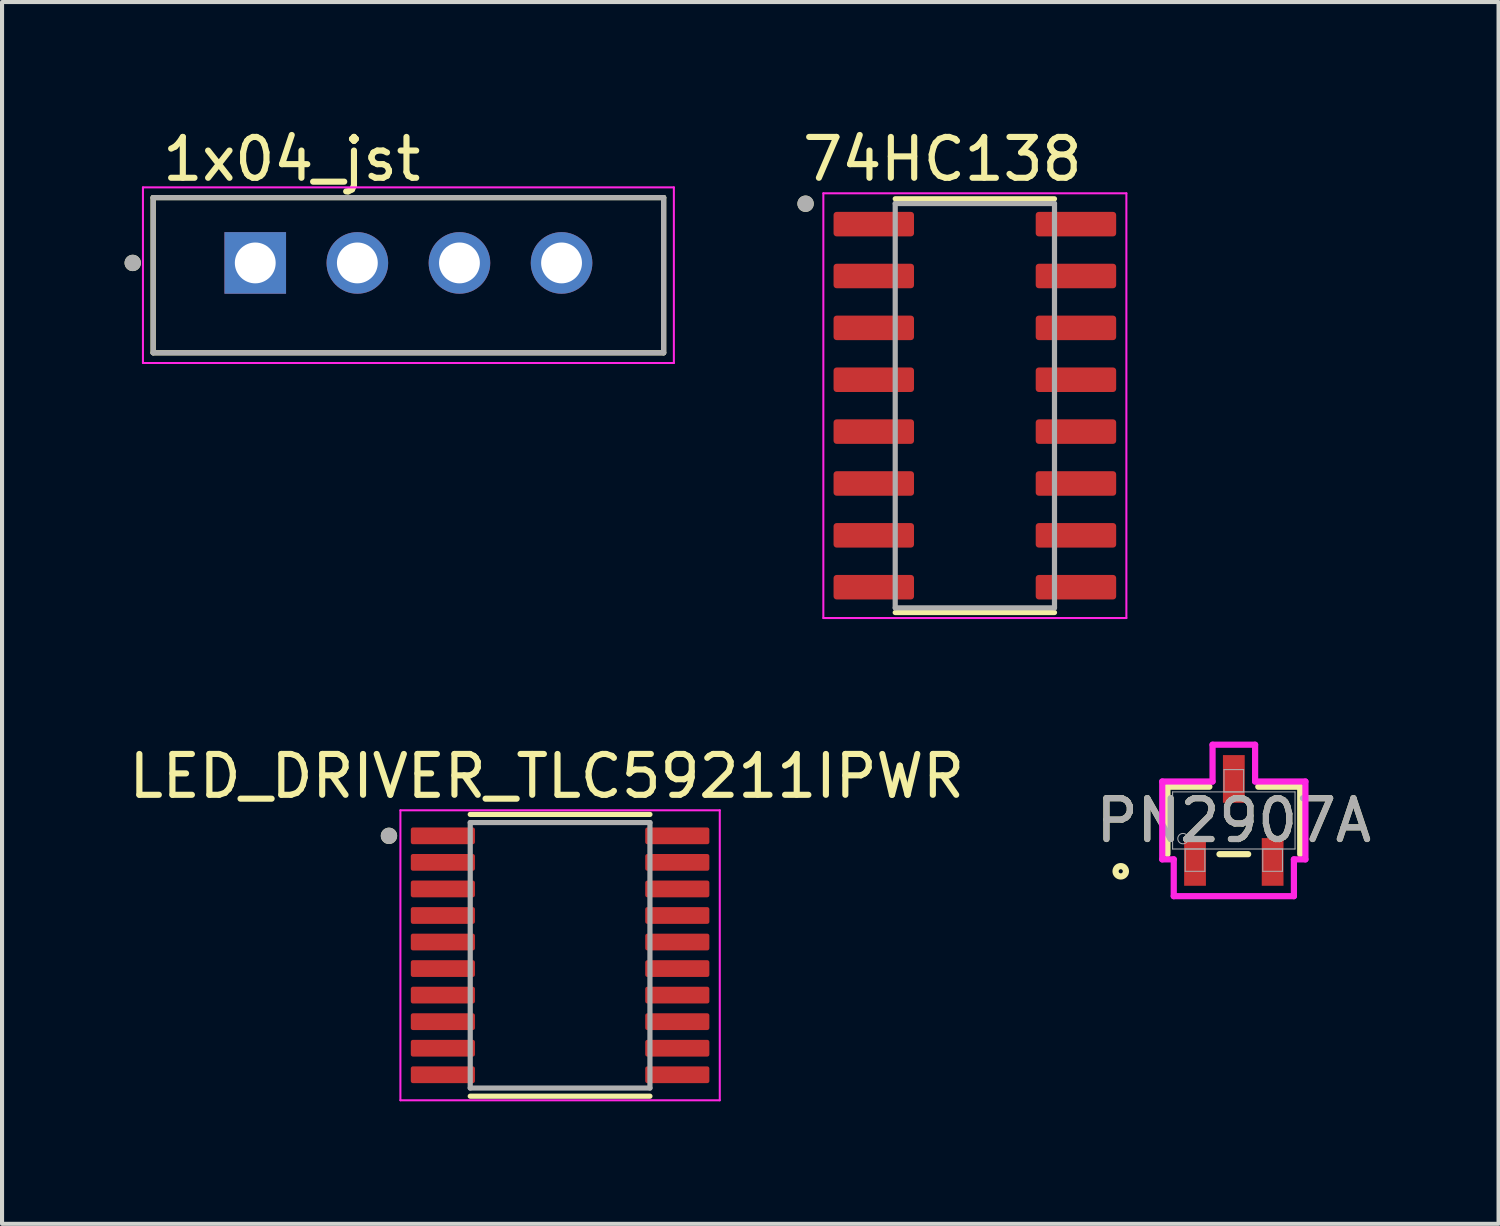
<source format=kicad_pcb>
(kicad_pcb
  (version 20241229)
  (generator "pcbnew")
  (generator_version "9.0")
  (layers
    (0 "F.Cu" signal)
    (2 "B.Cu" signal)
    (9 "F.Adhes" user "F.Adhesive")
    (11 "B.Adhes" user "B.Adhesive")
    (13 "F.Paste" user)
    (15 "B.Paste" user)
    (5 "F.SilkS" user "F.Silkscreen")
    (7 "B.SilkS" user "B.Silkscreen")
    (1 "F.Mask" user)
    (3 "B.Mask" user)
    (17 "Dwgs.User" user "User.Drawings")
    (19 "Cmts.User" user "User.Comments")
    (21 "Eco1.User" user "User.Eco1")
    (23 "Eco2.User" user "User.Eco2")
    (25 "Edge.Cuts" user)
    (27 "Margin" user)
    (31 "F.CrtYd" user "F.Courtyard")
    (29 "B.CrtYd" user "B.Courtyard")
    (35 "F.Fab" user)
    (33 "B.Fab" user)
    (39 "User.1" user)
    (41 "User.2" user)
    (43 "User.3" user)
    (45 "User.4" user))
  (footprint "1x04_jst"
    (layer "F.Cu")
    (at 6.95 3.388)
    (property "Reference" "1x04_jst" (at -2.857 -2.54 0) (layer "F.SilkS") (effects (font (size 1 1) (thickness 0.15))))
    (attr through_hole)
    (fp_line (start -6.25 -1.6) (end 6.25 -1.6) (stroke (width 0.127) (type solid)) (layer "F.SilkS"))
    (fp_line (start -6.25 2.2) (end -6.25 -1.6) (stroke (width 0.127) (type solid)) (layer "F.SilkS"))
    (fp_line (start 6.25 -1.6) (end 6.25 2.2) (stroke (width 0.127) (type solid)) (layer "F.SilkS"))
    (fp_line (start 6.25 2.2) (end -6.25 2.2) (stroke (width 0.127) (type solid)) (layer "F.SilkS"))
    (fp_circle (center -6.75 0) (end -6.65 0) (stroke (width 0.2) (type solid)) (fill no) (layer "F.SilkS"))
    (fp_line (start -6.5 -1.85) (end 6.5 -1.85) (stroke (width 0.05) (type solid)) (layer "F.CrtYd"))
    (fp_line (start -6.5 2.45) (end -6.5 -1.85) (stroke (width 0.05) (type solid)) (layer "F.CrtYd"))
    (fp_line (start 6.5 -1.85) (end 6.5 2.45) (stroke (width 0.05) (type solid)) (layer "F.CrtYd"))
    (fp_line (start 6.5 2.45) (end -6.5 2.45) (stroke (width 0.05) (type solid)) (layer "F.CrtYd"))
    (fp_line (start -6.25 -1.6) (end 6.25 -1.6) (stroke (width 0.127) (type solid)) (layer "F.Fab"))
    (fp_line (start -6.25 2.2) (end -6.25 -1.6) (stroke (width 0.127) (type solid)) (layer "F.Fab"))
    (fp_line (start 6.25 -1.6) (end 6.25 2.2) (stroke (width 0.127) (type solid)) (layer "F.Fab"))
    (fp_line (start 6.25 2.2) (end -6.25 2.2) (stroke (width 0.127) (type solid)) (layer "F.Fab"))
    (fp_circle (center -6.75 0) (end -6.65 0) (stroke (width 0.2) (type solid)) (fill no) (layer "F.Fab"))
    (pad "1" thru_hole rect (at -3.75 0) (size 1.508 1.508) (drill 1) (layers "*.Cu" "*.Mask"))
    (pad "2" thru_hole circle (at -1.25 0) (size 1.508 1.508) (drill 1) (layers "*.Cu" "*.Mask"))
    (pad "3" thru_hole circle (at 1.25 0) (size 1.508 1.508) (drill 1) (layers "*.Cu" "*.Mask"))
    (pad "4" thru_hole circle (at 3.75 0) (size 1.508 1.508) (drill 1) (layers "*.Cu" "*.Mask")))
  (footprint "74HC138"
    (layer "F.Cu")
    (at 20.82 6.883)
    (property "Reference" "74HC138" (at -0.795 -6.035 0) (layer "F.SilkS") (effects (font (size 1 1) (thickness 0.15))))
    (attr smd)
    (fp_line (start -1.95 -5.065) (end 1.95 -5.065) (stroke (width 0.127) (type solid)) (layer "F.SilkS"))
    (fp_line (start -1.95 5.065) (end 1.95 5.065) (stroke (width 0.127) (type solid)) (layer "F.SilkS"))
    (fp_circle (center -4.145 -4.945) (end -4.045 -4.945) (stroke (width 0.2) (type solid)) (fill no) (layer "F.SilkS"))
    (fp_line (start -3.71 -5.2) (end -3.71 5.2) (stroke (width 0.05) (type solid)) (layer "F.CrtYd"))
    (fp_line (start -3.71 -5.2) (end 3.71 -5.2) (stroke (width 0.05) (type solid)) (layer "F.CrtYd"))
    (fp_line (start -3.71 5.2) (end 3.71 5.2) (stroke (width 0.05) (type solid)) (layer "F.CrtYd"))
    (fp_line (start 3.71 -5.2) (end 3.71 5.2) (stroke (width 0.05) (type solid)) (layer "F.CrtYd"))
    (fp_line (start -1.95 -4.95) (end -1.95 4.95) (stroke (width 0.127) (type solid)) (layer "F.Fab"))
    (fp_line (start -1.95 -4.95) (end 1.95 -4.95) (stroke (width 0.127) (type solid)) (layer "F.Fab"))
    (fp_line (start -1.95 4.95) (end 1.95 4.95) (stroke (width 0.127) (type solid)) (layer "F.Fab"))
    (fp_line (start 1.95 -4.95) (end 1.95 4.95) (stroke (width 0.127) (type solid)) (layer "F.Fab"))
    (fp_circle (center -4.145 -4.945) (end -4.045 -4.945) (stroke (width 0.2) (type solid)) (fill no) (layer "F.Fab"))
    (pad "1" smd roundrect (at -2.475 -4.445) (size 1.97 0.6) (layers "F.Cu" "F.Mask" "F.Paste") (roundrect_rratio 0.125))
    (pad "2" smd roundrect (at -2.475 -3.175) (size 1.97 0.6) (layers "F.Cu" "F.Mask" "F.Paste") (roundrect_rratio 0.125))
    (pad "3" smd roundrect (at -2.475 -1.905) (size 1.97 0.6) (layers "F.Cu" "F.Mask" "F.Paste") (roundrect_rratio 0.125))
    (pad "4" smd roundrect (at -2.475 -0.635) (size 1.97 0.6) (layers "F.Cu" "F.Mask" "F.Paste") (roundrect_rratio 0.125))
    (pad "5" smd roundrect (at -2.475 0.635) (size 1.97 0.6) (layers "F.Cu" "F.Mask" "F.Paste") (roundrect_rratio 0.125))
    (pad "6" smd roundrect (at -2.475 1.905) (size 1.97 0.6) (layers "F.Cu" "F.Mask" "F.Paste") (roundrect_rratio 0.125))
    (pad "7" smd roundrect (at -2.475 3.175) (size 1.97 0.6) (layers "F.Cu" "F.Mask" "F.Paste") (roundrect_rratio 0.125))
    (pad "8" smd roundrect (at -2.475 4.445) (size 1.97 0.6) (layers "F.Cu" "F.Mask" "F.Paste") (roundrect_rratio 0.125))
    (pad "9" smd roundrect (at 2.475 4.445) (size 1.97 0.6) (layers "F.Cu" "F.Mask" "F.Paste") (roundrect_rratio 0.125))
    (pad "10" smd roundrect (at 2.475 3.175) (size 1.97 0.6) (layers "F.Cu" "F.Mask" "F.Paste") (roundrect_rratio 0.125))
    (pad "11" smd roundrect (at 2.475 1.905) (size 1.97 0.6) (layers "F.Cu" "F.Mask" "F.Paste") (roundrect_rratio 0.125))
    (pad "12" smd roundrect (at 2.475 0.635) (size 1.97 0.6) (layers "F.Cu" "F.Mask" "F.Paste") (roundrect_rratio 0.125))
    (pad "13" smd roundrect (at 2.475 -0.635) (size 1.97 0.6) (layers "F.Cu" "F.Mask" "F.Paste") (roundrect_rratio 0.125))
    (pad "14" smd roundrect (at 2.475 -1.905) (size 1.97 0.6) (layers "F.Cu" "F.Mask" "F.Paste") (roundrect_rratio 0.125))
    (pad "15" smd roundrect (at 2.475 -3.175) (size 1.97 0.6) (layers "F.Cu" "F.Mask" "F.Paste") (roundrect_rratio 0.125))
    (pad "16" smd roundrect (at 2.475 -4.445) (size 1.97 0.6) (layers "F.Cu" "F.Mask" "F.Paste") (roundrect_rratio 0.125)))
  (footprint "PN2907A"
    (layer "F.Cu")
    (at 27.161 17.039)
    (property "Reference" "PN2907A" (at 0 0 0) (unlocked yes) (layer "F.SilkS") (effects (font (size 1 1) (thickness 0.15))))
    (attr smd)
    (fp_line (start -1.626 -0.826) (end -1.626 0.826) (stroke (width 0.152) (type solid)) (layer "F.SilkS"))
    (fp_line (start -0.599 -0.826) (end -1.626 -0.826) (stroke (width 0.152) (type solid)) (layer "F.SilkS"))
    (fp_line (start -0.351 0.826) (end 0.351 0.826) (stroke (width 0.152) (type solid)) (layer "F.SilkS"))
    (fp_line (start 1.626 -0.826) (end 0.599 -0.826) (stroke (width 0.152) (type solid)) (layer "F.SilkS"))
    (fp_line (start 1.626 0.826) (end 1.626 -0.826) (stroke (width 0.152) (type solid)) (layer "F.SilkS"))
    (fp_circle (center -2.769 1.245) (end -2.642 1.245) (stroke (width 0.152) (type solid)) (fill no) (layer "F.SilkS"))
    (fp_line (start -1.753 -0.953) (end -0.521 -0.953) (stroke (width 0.152) (type solid)) (layer "F.CrtYd"))
    (fp_line (start -1.753 0.953) (end -1.753 -0.953) (stroke (width 0.152) (type solid)) (layer "F.CrtYd"))
    (fp_line (start -1.753 0.953) (end -1.471 0.953) (stroke (width 0.152) (type solid)) (layer "F.CrtYd"))
    (fp_line (start -1.471 0.953) (end -1.471 1.854) (stroke (width 0.152) (type solid)) (layer "F.CrtYd"))
    (fp_line (start -1.471 1.854) (end 1.471 1.854) (stroke (width 0.152) (type solid)) (layer "F.CrtYd"))
    (fp_line (start -0.521 -1.854) (end 0.521 -1.854) (stroke (width 0.152) (type solid)) (layer "F.CrtYd"))
    (fp_line (start -0.521 -0.953) (end -0.521 -1.854) (stroke (width 0.152) (type solid)) (layer "F.CrtYd"))
    (fp_line (start 0.521 -0.953) (end 0.521 -1.854) (stroke (width 0.152) (type solid)) (layer "F.CrtYd"))
    (fp_line (start 1.471 0.953) (end 1.471 1.854) (stroke (width 0.152) (type solid)) (layer "F.CrtYd"))
    (fp_line (start 1.753 -0.953) (end 0.521 -0.953) (stroke (width 0.152) (type solid)) (layer "F.CrtYd"))
    (fp_line (start 1.753 -0.953) (end 1.753 0.953) (stroke (width 0.152) (type solid)) (layer "F.CrtYd"))
    (fp_line (start 1.753 0.953) (end 1.471 0.953) (stroke (width 0.152) (type solid)) (layer "F.CrtYd"))
    (fp_line (start -1.499 -0.699) (end -1.499 0.699) (stroke (width 0.025) (type solid)) (layer "F.Fab"))
    (fp_line (start -1.499 0.699) (end 1.499 0.699) (stroke (width 0.025) (type solid)) (layer "F.Fab"))
    (fp_line (start -1.191 0.699) (end -1.191 1.245) (stroke (width 0.025) (type solid)) (layer "F.Fab"))
    (fp_line (start -1.191 1.245) (end -0.709 1.245) (stroke (width 0.025) (type solid)) (layer "F.Fab"))
    (fp_line (start -0.709 0.699) (end -1.191 0.699) (stroke (width 0.025) (type solid)) (layer "F.Fab"))
    (fp_line (start -0.709 1.245) (end -0.709 0.699) (stroke (width 0.025) (type solid)) (layer "F.Fab"))
    (fp_line (start -0.241 -1.245) (end -0.241 -0.699) (stroke (width 0.025) (type solid)) (layer "F.Fab"))
    (fp_line (start -0.241 -0.699) (end 0.241 -0.699) (stroke (width 0.025) (type solid)) (layer "F.Fab"))
    (fp_line (start 0.241 -1.245) (end -0.241 -1.245) (stroke (width 0.025) (type solid)) (layer "F.Fab"))
    (fp_line (start 0.241 -0.699) (end 0.241 -1.245) (stroke (width 0.025) (type solid)) (layer "F.Fab"))
    (fp_line (start 0.709 0.699) (end 0.709 1.245) (stroke (width 0.025) (type solid)) (layer "F.Fab"))
    (fp_line (start 0.709 1.245) (end 1.191 1.245) (stroke (width 0.025) (type solid)) (layer "F.Fab"))
    (fp_line (start 1.191 0.699) (end 0.709 0.699) (stroke (width 0.025) (type solid)) (layer "F.Fab"))
    (fp_line (start 1.191 1.245) (end 1.191 0.699) (stroke (width 0.025) (type solid)) (layer "F.Fab"))
    (fp_line (start 1.499 -0.699) (end -1.499 -0.699) (stroke (width 0.025) (type solid)) (layer "F.Fab"))
    (fp_line (start 1.499 0.699) (end 1.499 -0.699) (stroke (width 0.025) (type solid)) (layer "F.Fab"))
    (fp_circle (center -1.245 0.445) (end -1.118 0.445) (stroke (width 0.025) (type solid)) (fill no) (layer "F.Fab"))
    (fp_text user "${REFERENCE}" (at 0 0 0) (unlocked yes) (layer "F.Fab") (effects (font (size 1 1) (thickness 0.15))))
    (pad "1" smd rect (at -0.95 1.016) (size 0.533 1.168) (layers "F.Cu" "F.Mask" "F.Paste"))
    (pad "2" smd rect (at 0.95 1.016) (size 0.533 1.168) (layers "F.Cu" "F.Mask" "F.Paste"))
    (pad "3" smd rect (at 0 -1.016) (size 0.533 1.168) (layers "F.Cu" "F.Mask" "F.Paste")))
  (footprint "LED_DRIVER_TLC59211IPWR"
    (layer "F.Cu")
    (at 10.664 20.341)
    (property "Reference" "LED_DRIVER_TLC59211IPWR" (at -0.325 -4.385 0) (layer "F.SilkS") (effects (font (size 1 1) (thickness 0.15))))
    (attr smd)
    (fp_line (start -2.2 -3.45) (end 2.2 -3.45) (stroke (width 0.127) (type solid)) (layer "F.SilkS"))
    (fp_line (start -2.2 3.45) (end 2.2 3.45) (stroke (width 0.127) (type solid)) (layer "F.SilkS"))
    (fp_circle (center -4.19 -2.925) (end -4.09 -2.925) (stroke (width 0.2) (type solid)) (fill no) (layer "F.SilkS"))
    (fp_line (start -3.91 -3.55) (end -3.91 3.55) (stroke (width 0.05) (type solid)) (layer "F.CrtYd"))
    (fp_line (start -3.91 -3.55) (end 3.91 -3.55) (stroke (width 0.05) (type solid)) (layer "F.CrtYd"))
    (fp_line (start -3.91 3.55) (end 3.91 3.55) (stroke (width 0.05) (type solid)) (layer "F.CrtYd"))
    (fp_line (start 3.91 -3.55) (end 3.91 3.55) (stroke (width 0.05) (type solid)) (layer "F.CrtYd"))
    (fp_line (start -2.2 -3.25) (end -2.2 3.25) (stroke (width 0.127) (type solid)) (layer "F.Fab"))
    (fp_line (start -2.2 -3.25) (end 2.2 -3.25) (stroke (width 0.127) (type solid)) (layer "F.Fab"))
    (fp_line (start -2.2 3.25) (end 2.2 3.25) (stroke (width 0.127) (type solid)) (layer "F.Fab"))
    (fp_line (start 2.2 -3.25) (end 2.2 3.25) (stroke (width 0.127) (type solid)) (layer "F.Fab"))
    (fp_circle (center -4.19 -2.925) (end -4.09 -2.925) (stroke (width 0.2) (type solid)) (fill no) (layer "F.Fab"))
    (pad "1" smd roundrect (at -2.87 -2.925) (size 1.57 0.41) (layers "F.Cu" "F.Mask" "F.Paste") (roundrect_rratio 0.125))
    (pad "2" smd roundrect (at -2.87 -2.275) (size 1.57 0.41) (layers "F.Cu" "F.Mask" "F.Paste") (roundrect_rratio 0.125))
    (pad "3" smd roundrect (at -2.87 -1.625) (size 1.57 0.41) (layers "F.Cu" "F.Mask" "F.Paste") (roundrect_rratio 0.125))
    (pad "4" smd roundrect (at -2.87 -0.975) (size 1.57 0.41) (layers "F.Cu" "F.Mask" "F.Paste") (roundrect_rratio 0.125))
    (pad "5" smd roundrect (at -2.87 -0.325) (size 1.57 0.41) (layers "F.Cu" "F.Mask" "F.Paste") (roundrect_rratio 0.125))
    (pad "6" smd roundrect (at -2.87 0.325) (size 1.57 0.41) (layers "F.Cu" "F.Mask" "F.Paste") (roundrect_rratio 0.125))
    (pad "7" smd roundrect (at -2.87 0.975) (size 1.57 0.41) (layers "F.Cu" "F.Mask" "F.Paste") (roundrect_rratio 0.125))
    (pad "8" smd roundrect (at -2.87 1.625) (size 1.57 0.41) (layers "F.Cu" "F.Mask" "F.Paste") (roundrect_rratio 0.125))
    (pad "9" smd roundrect (at -2.87 2.275) (size 1.57 0.41) (layers "F.Cu" "F.Mask" "F.Paste") (roundrect_rratio 0.125))
    (pad "10" smd roundrect (at -2.87 2.925) (size 1.57 0.41) (layers "F.Cu" "F.Mask" "F.Paste") (roundrect_rratio 0.125))
    (pad "11" smd roundrect (at 2.87 2.925) (size 1.57 0.41) (layers "F.Cu" "F.Mask" "F.Paste") (roundrect_rratio 0.125))
    (pad "12" smd roundrect (at 2.87 2.275) (size 1.57 0.41) (layers "F.Cu" "F.Mask" "F.Paste") (roundrect_rratio 0.125))
    (pad "13" smd roundrect (at 2.87 1.625) (size 1.57 0.41) (layers "F.Cu" "F.Mask" "F.Paste") (roundrect_rratio 0.125))
    (pad "14" smd roundrect (at 2.87 0.975) (size 1.57 0.41) (layers "F.Cu" "F.Mask" "F.Paste") (roundrect_rratio 0.125))
    (pad "15" smd roundrect (at 2.87 0.325) (size 1.57 0.41) (layers "F.Cu" "F.Mask" "F.Paste") (roundrect_rratio 0.125))
    (pad "16" smd roundrect (at 2.87 -0.325) (size 1.57 0.41) (layers "F.Cu" "F.Mask" "F.Paste") (roundrect_rratio 0.125))
    (pad "17" smd roundrect (at 2.87 -0.975) (size 1.57 0.41) (layers "F.Cu" "F.Mask" "F.Paste") (roundrect_rratio 0.125))
    (pad "18" smd roundrect (at 2.87 -1.625) (size 1.57 0.41) (layers "F.Cu" "F.Mask" "F.Paste") (roundrect_rratio 0.125))
    (pad "19" smd roundrect (at 2.87 -2.275) (size 1.57 0.41) (layers "F.Cu" "F.Mask" "F.Paste") (roundrect_rratio 0.125))
    (pad "20" smd roundrect (at 2.87 -2.925) (size 1.57 0.41) (layers "F.Cu" "F.Mask" "F.Paste") (roundrect_rratio 0.125)))
  (gr_rect
    (start -3 -3)
    (end 33.643 26.916)
    (stroke (width 0.1) (type default))
    (fill no)
    (layer "Edge.Cuts")))
</source>
